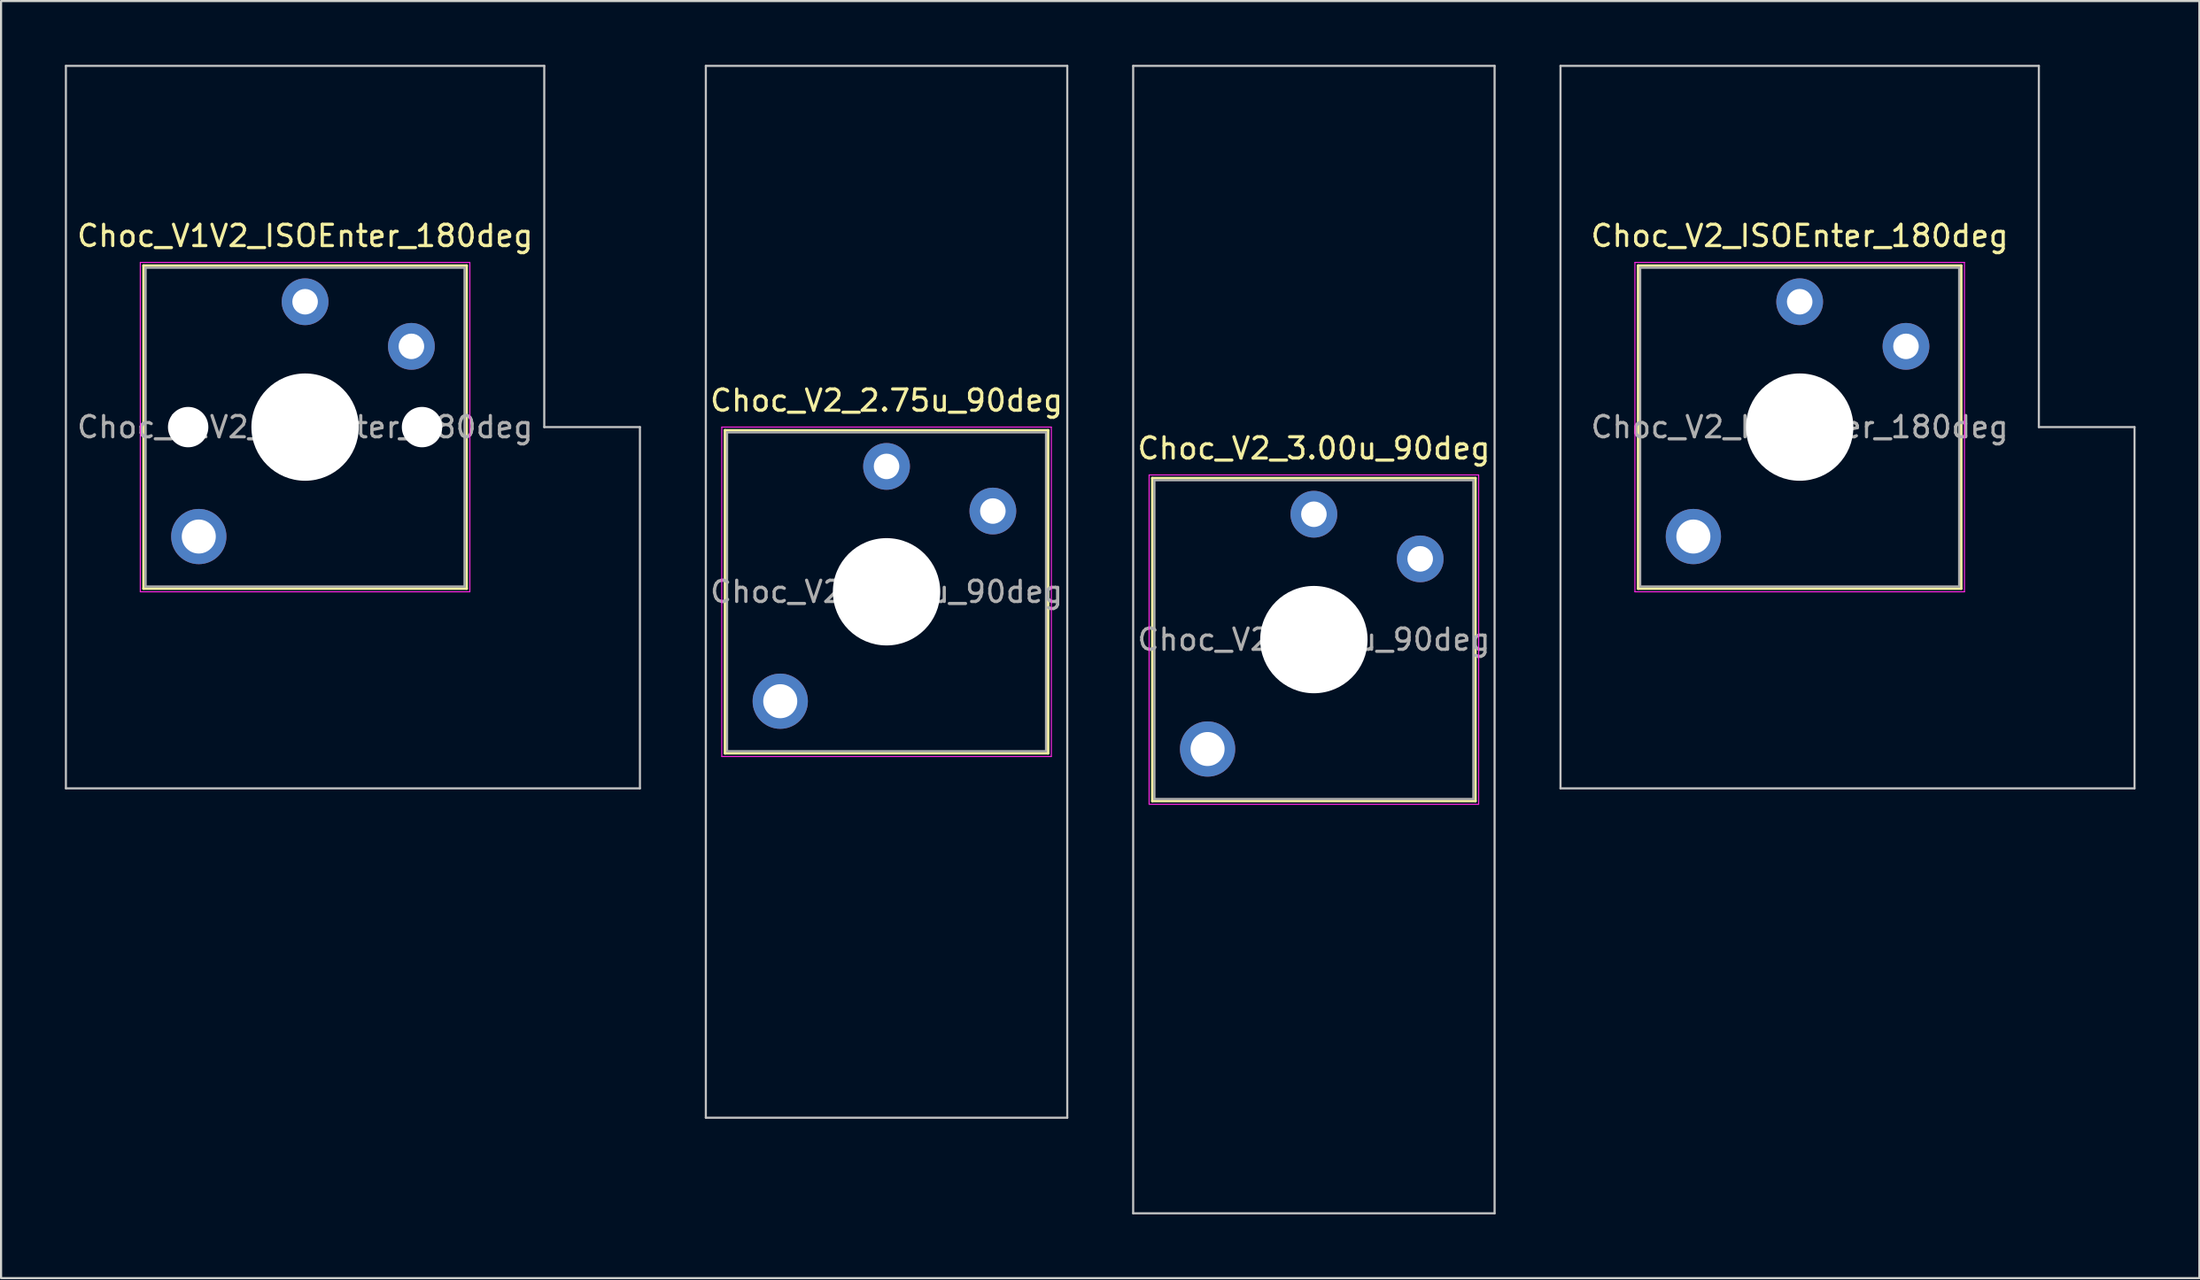
<source format=kicad_pcb>
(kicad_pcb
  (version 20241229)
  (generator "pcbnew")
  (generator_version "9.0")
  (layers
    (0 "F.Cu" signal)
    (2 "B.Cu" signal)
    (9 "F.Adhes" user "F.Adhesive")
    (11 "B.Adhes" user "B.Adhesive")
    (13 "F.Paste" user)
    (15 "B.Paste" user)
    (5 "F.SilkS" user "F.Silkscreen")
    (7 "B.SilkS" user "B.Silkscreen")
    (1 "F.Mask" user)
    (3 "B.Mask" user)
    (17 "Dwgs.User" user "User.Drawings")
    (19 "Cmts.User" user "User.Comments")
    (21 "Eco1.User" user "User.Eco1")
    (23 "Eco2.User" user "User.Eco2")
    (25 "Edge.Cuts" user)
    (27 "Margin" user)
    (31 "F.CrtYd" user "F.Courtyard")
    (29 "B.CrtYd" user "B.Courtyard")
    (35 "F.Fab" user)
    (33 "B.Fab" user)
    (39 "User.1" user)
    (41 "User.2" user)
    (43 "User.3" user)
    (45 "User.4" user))
  (footprint "Choc_V2_2.75u_90deg"
    (layer "F.Cu")
    (at 38.65 24.8)
    (property "Reference" "Choc_V2_2.75u_90deg" (at 0 -9 0) (layer "F.SilkS") (effects (font (size 1 1) (thickness 0.15))))
    (attr through_hole)
    (fp_line (start -7.6 -7.6) (end -7.6 7.6) (stroke (width 0.12) (type solid)) (layer "F.SilkS"))
    (fp_line (start -7.6 7.6) (end 7.6 7.6) (stroke (width 0.12) (type solid)) (layer "F.SilkS"))
    (fp_line (start 7.6 -7.6) (end -7.6 -7.6) (stroke (width 0.12) (type solid)) (layer "F.SilkS"))
    (fp_line (start 7.6 7.6) (end 7.6 -7.6) (stroke (width 0.12) (type solid)) (layer "F.SilkS"))
    (fp_line (start -8.5 -24.75) (end 8.5 -24.75) (stroke (width 0.1) (type solid)) (layer "Dwgs.User"))
    (fp_line (start -8.5 24.75) (end -8.5 -24.75) (stroke (width 0.1) (type solid)) (layer "Dwgs.User"))
    (fp_line (start 8.5 -24.75) (end 8.5 24.75) (stroke (width 0.1) (type solid)) (layer "Dwgs.User"))
    (fp_line (start 8.5 24.75) (end -8.5 24.75) (stroke (width 0.1) (type solid)) (layer "Dwgs.User"))
    (fp_line (start -7.25 -7.25) (end -7.25 7.25) (stroke (width 0.1) (type solid)) (layer "Eco1.User"))
    (fp_line (start -7.25 7.25) (end 7.25 7.25) (stroke (width 0.1) (type solid)) (layer "Eco1.User"))
    (fp_line (start 7.25 -7.25) (end -7.25 -7.25) (stroke (width 0.1) (type solid)) (layer "Eco1.User"))
    (fp_line (start 7.25 7.25) (end 7.25 -7.25) (stroke (width 0.1) (type solid)) (layer "Eco1.User"))
    (fp_line (start -7.75 -7.75) (end -7.75 7.75) (stroke (width 0.05) (type solid)) (layer "F.CrtYd"))
    (fp_line (start -7.75 7.75) (end 7.75 7.75) (stroke (width 0.05) (type solid)) (layer "F.CrtYd"))
    (fp_line (start 7.75 -7.75) (end -7.75 -7.75) (stroke (width 0.05) (type solid)) (layer "F.CrtYd"))
    (fp_line (start 7.75 7.75) (end 7.75 -7.75) (stroke (width 0.05) (type solid)) (layer "F.CrtYd"))
    (fp_line (start -7.5 -7.5) (end -7.5 7.5) (stroke (width 0.1) (type solid)) (layer "F.Fab"))
    (fp_line (start -7.5 7.5) (end 7.5 7.5) (stroke (width 0.1) (type solid)) (layer "F.Fab"))
    (fp_line (start 7.5 -7.5) (end -7.5 -7.5) (stroke (width 0.1) (type solid)) (layer "F.Fab"))
    (fp_line (start 7.5 7.5) (end 7.5 -7.5) (stroke (width 0.1) (type solid)) (layer "F.Fab"))
    (fp_text user "${REFERENCE}" (at 0 0 0) (layer "F.Fab") (effects (font (size 1 1) (thickness 0.15))))
    (pad "" thru_hole circle (at -5 5.15) (size 2.6 2.6) (drill 1.6) (layers "*.Cu" "*.Mask"))
    (pad "" np_thru_hole circle (at 0 0) (size 5.05 5.05) (drill 5.05) (layers "*.Cu" "*.Mask"))
    (pad "1" thru_hole circle (at 0 -5.9) (size 2.2 2.2) (drill 1.2) (layers "*.Cu" "*.Mask"))
    (pad "2" thru_hole circle (at 5 -3.8) (size 2.2 2.2) (drill 1.2) (layers "*.Cu" "*.Mask")))
  (footprint "Choc_V2_3.00u_90deg"
    (layer "F.Cu")
    (at 58.75 27.05)
    (property "Reference" "Choc_V2_3.00u_90deg" (at 0 -9 0) (layer "F.SilkS") (effects (font (size 1 1) (thickness 0.15))))
    (attr through_hole)
    (fp_line (start -7.6 -7.6) (end -7.6 7.6) (stroke (width 0.12) (type solid)) (layer "F.SilkS"))
    (fp_line (start -7.6 7.6) (end 7.6 7.6) (stroke (width 0.12) (type solid)) (layer "F.SilkS"))
    (fp_line (start 7.6 -7.6) (end -7.6 -7.6) (stroke (width 0.12) (type solid)) (layer "F.SilkS"))
    (fp_line (start 7.6 7.6) (end 7.6 -7.6) (stroke (width 0.12) (type solid)) (layer "F.SilkS"))
    (fp_line (start -8.5 -27) (end 8.5 -27) (stroke (width 0.1) (type solid)) (layer "Dwgs.User"))
    (fp_line (start -8.5 27) (end -8.5 -27) (stroke (width 0.1) (type solid)) (layer "Dwgs.User"))
    (fp_line (start 8.5 -27) (end 8.5 27) (stroke (width 0.1) (type solid)) (layer "Dwgs.User"))
    (fp_line (start 8.5 27) (end -8.5 27) (stroke (width 0.1) (type solid)) (layer "Dwgs.User"))
    (fp_line (start -7.25 -7.25) (end -7.25 7.25) (stroke (width 0.1) (type solid)) (layer "Eco1.User"))
    (fp_line (start -7.25 7.25) (end 7.25 7.25) (stroke (width 0.1) (type solid)) (layer "Eco1.User"))
    (fp_line (start 7.25 -7.25) (end -7.25 -7.25) (stroke (width 0.1) (type solid)) (layer "Eco1.User"))
    (fp_line (start 7.25 7.25) (end 7.25 -7.25) (stroke (width 0.1) (type solid)) (layer "Eco1.User"))
    (fp_line (start -7.75 -7.75) (end -7.75 7.75) (stroke (width 0.05) (type solid)) (layer "F.CrtYd"))
    (fp_line (start -7.75 7.75) (end 7.75 7.75) (stroke (width 0.05) (type solid)) (layer "F.CrtYd"))
    (fp_line (start 7.75 -7.75) (end -7.75 -7.75) (stroke (width 0.05) (type solid)) (layer "F.CrtYd"))
    (fp_line (start 7.75 7.75) (end 7.75 -7.75) (stroke (width 0.05) (type solid)) (layer "F.CrtYd"))
    (fp_line (start -7.5 -7.5) (end -7.5 7.5) (stroke (width 0.1) (type solid)) (layer "F.Fab"))
    (fp_line (start -7.5 7.5) (end 7.5 7.5) (stroke (width 0.1) (type solid)) (layer "F.Fab"))
    (fp_line (start 7.5 -7.5) (end -7.5 -7.5) (stroke (width 0.1) (type solid)) (layer "F.Fab"))
    (fp_line (start 7.5 7.5) (end 7.5 -7.5) (stroke (width 0.1) (type solid)) (layer "F.Fab"))
    (fp_text user "${REFERENCE}" (at 0 0 0) (layer "F.Fab") (effects (font (size 1 1) (thickness 0.15))))
    (pad "" thru_hole circle (at -5 5.15) (size 2.6 2.6) (drill 1.6) (layers "*.Cu" "*.Mask"))
    (pad "" np_thru_hole circle (at 0 0) (size 5.05 5.05) (drill 5.05) (layers "*.Cu" "*.Mask"))
    (pad "1" thru_hole circle (at 0 -5.9) (size 2.2 2.2) (drill 1.2) (layers "*.Cu" "*.Mask"))
    (pad "2" thru_hole circle (at 5 -3.8) (size 2.2 2.2) (drill 1.2) (layers "*.Cu" "*.Mask")))
  (footprint "Choc_V1V2_ISOEnter_180deg"
    (layer "F.Cu")
    (at 11.3 17.05)
    (property "Reference" "Choc_V1V2_ISOEnter_180deg" (at 0 -9 0) (layer "F.SilkS") (effects (font (size 1 1) (thickness 0.15))))
    (attr through_hole)
    (fp_line (start -7.6 -7.6) (end -7.6 7.6) (stroke (width 0.12) (type solid)) (layer "F.SilkS"))
    (fp_line (start -7.6 7.6) (end 7.6 7.6) (stroke (width 0.12) (type solid)) (layer "F.SilkS"))
    (fp_line (start 7.6 -7.6) (end -7.6 -7.6) (stroke (width 0.12) (type solid)) (layer "F.SilkS"))
    (fp_line (start 7.6 7.6) (end 7.6 -7.6) (stroke (width 0.12) (type solid)) (layer "F.SilkS"))
    (fp_line (start -11.25 -17) (end -11.25 17) (stroke (width 0.1) (type solid)) (layer "Dwgs.User"))
    (fp_line (start -11.25 17) (end 15.75 17) (stroke (width 0.1) (type solid)) (layer "Dwgs.User"))
    (fp_line (start 11.25 -17) (end -11.25 -17) (stroke (width 0.1) (type solid)) (layer "Dwgs.User"))
    (fp_line (start 11.25 0) (end 11.25 -17) (stroke (width 0.1) (type solid)) (layer "Dwgs.User"))
    (fp_line (start 15.75 0) (end 11.25 0) (stroke (width 0.1) (type solid)) (layer "Dwgs.User"))
    (fp_line (start 15.75 17) (end 15.75 0) (stroke (width 0.1) (type solid)) (layer "Dwgs.User"))
    (fp_line (start -7.25 -7.25) (end -7.25 7.25) (stroke (width 0.1) (type solid)) (layer "Eco1.User"))
    (fp_line (start -7.25 7.25) (end 7.25 7.25) (stroke (width 0.1) (type solid)) (layer "Eco1.User"))
    (fp_line (start 7.25 -7.25) (end -7.25 -7.25) (stroke (width 0.1) (type solid)) (layer "Eco1.User"))
    (fp_line (start 7.25 7.25) (end 7.25 -7.25) (stroke (width 0.1) (type solid)) (layer "Eco1.User"))
    (fp_line (start -7.75 -7.75) (end -7.75 7.75) (stroke (width 0.05) (type solid)) (layer "F.CrtYd"))
    (fp_line (start -7.75 7.75) (end 7.75 7.75) (stroke (width 0.05) (type solid)) (layer "F.CrtYd"))
    (fp_line (start 7.75 -7.75) (end -7.75 -7.75) (stroke (width 0.05) (type solid)) (layer "F.CrtYd"))
    (fp_line (start 7.75 7.75) (end 7.75 -7.75) (stroke (width 0.05) (type solid)) (layer "F.CrtYd"))
    (fp_line (start -7.5 -7.5) (end -7.5 7.5) (stroke (width 0.1) (type solid)) (layer "F.Fab"))
    (fp_line (start -7.5 7.5) (end 7.5 7.5) (stroke (width 0.1) (type solid)) (layer "F.Fab"))
    (fp_line (start 7.5 -7.5) (end -7.5 -7.5) (stroke (width 0.1) (type solid)) (layer "F.Fab"))
    (fp_line (start 7.5 7.5) (end 7.5 -7.5) (stroke (width 0.1) (type solid)) (layer "F.Fab"))
    (fp_text user "${REFERENCE}" (at 0 0 0) (layer "F.Fab") (effects (font (size 1 1) (thickness 0.15))))
    (pad "" np_thru_hole circle (at -5.5 0) (size 1.9 1.9) (drill 1.9) (layers "*.Cu" "*.Mask"))
    (pad "" thru_hole circle (at -5 5.15) (size 2.6 2.6) (drill 1.6) (layers "*.Cu" "*.Mask"))
    (pad "" np_thru_hole circle (at 0 0) (size 5.05 5.05) (drill 5.05) (layers "*.Cu" "*.Mask"))
    (pad "" np_thru_hole circle (at 5.5 0) (size 1.9 1.9) (drill 1.9) (layers "*.Cu" "*.Mask"))
    (pad "1" thru_hole circle (at 0 -5.9) (size 2.2 2.2) (drill 1.2) (layers "*.Cu" "*.Mask"))
    (pad "2" thru_hole circle (at 5 -3.8) (size 2.2 2.2) (drill 1.2) (layers "*.Cu" "*.Mask")))
  (footprint "Choc_V2_ISOEnter_180deg"
    (layer "F.Cu")
    (at 81.6 17.05)
    (property "Reference" "Choc_V2_ISOEnter_180deg" (at 0 -9 0) (layer "F.SilkS") (effects (font (size 1 1) (thickness 0.15))))
    (attr through_hole)
    (fp_line (start -7.6 -7.6) (end -7.6 7.6) (stroke (width 0.12) (type solid)) (layer "F.SilkS"))
    (fp_line (start -7.6 7.6) (end 7.6 7.6) (stroke (width 0.12) (type solid)) (layer "F.SilkS"))
    (fp_line (start 7.6 -7.6) (end -7.6 -7.6) (stroke (width 0.12) (type solid)) (layer "F.SilkS"))
    (fp_line (start 7.6 7.6) (end 7.6 -7.6) (stroke (width 0.12) (type solid)) (layer "F.SilkS"))
    (fp_line (start -11.25 -17) (end -11.25 17) (stroke (width 0.1) (type solid)) (layer "Dwgs.User"))
    (fp_line (start -11.25 17) (end 15.75 17) (stroke (width 0.1) (type solid)) (layer "Dwgs.User"))
    (fp_line (start 11.25 -17) (end -11.25 -17) (stroke (width 0.1) (type solid)) (layer "Dwgs.User"))
    (fp_line (start 11.25 0) (end 11.25 -17) (stroke (width 0.1) (type solid)) (layer "Dwgs.User"))
    (fp_line (start 15.75 0) (end 11.25 0) (stroke (width 0.1) (type solid)) (layer "Dwgs.User"))
    (fp_line (start 15.75 17) (end 15.75 0) (stroke (width 0.1) (type solid)) (layer "Dwgs.User"))
    (fp_line (start -7.25 -7.25) (end -7.25 7.25) (stroke (width 0.1) (type solid)) (layer "Eco1.User"))
    (fp_line (start -7.25 7.25) (end 7.25 7.25) (stroke (width 0.1) (type solid)) (layer "Eco1.User"))
    (fp_line (start 7.25 -7.25) (end -7.25 -7.25) (stroke (width 0.1) (type solid)) (layer "Eco1.User"))
    (fp_line (start 7.25 7.25) (end 7.25 -7.25) (stroke (width 0.1) (type solid)) (layer "Eco1.User"))
    (fp_line (start -7.75 -7.75) (end -7.75 7.75) (stroke (width 0.05) (type solid)) (layer "F.CrtYd"))
    (fp_line (start -7.75 7.75) (end 7.75 7.75) (stroke (width 0.05) (type solid)) (layer "F.CrtYd"))
    (fp_line (start 7.75 -7.75) (end -7.75 -7.75) (stroke (width 0.05) (type solid)) (layer "F.CrtYd"))
    (fp_line (start 7.75 7.75) (end 7.75 -7.75) (stroke (width 0.05) (type solid)) (layer "F.CrtYd"))
    (fp_line (start -7.5 -7.5) (end -7.5 7.5) (stroke (width 0.1) (type solid)) (layer "F.Fab"))
    (fp_line (start -7.5 7.5) (end 7.5 7.5) (stroke (width 0.1) (type solid)) (layer "F.Fab"))
    (fp_line (start 7.5 -7.5) (end -7.5 -7.5) (stroke (width 0.1) (type solid)) (layer "F.Fab"))
    (fp_line (start 7.5 7.5) (end 7.5 -7.5) (stroke (width 0.1) (type solid)) (layer "F.Fab"))
    (fp_text user "${REFERENCE}" (at 0 0 0) (layer "F.Fab") (effects (font (size 1 1) (thickness 0.15))))
    (pad "" thru_hole circle (at -5 5.15) (size 2.6 2.6) (drill 1.6) (layers "*.Cu" "*.Mask"))
    (pad "" np_thru_hole circle (at 0 0) (size 5.05 5.05) (drill 5.05) (layers "*.Cu" "*.Mask"))
    (pad "1" thru_hole circle (at 0 -5.9) (size 2.2 2.2) (drill 1.2) (layers "*.Cu" "*.Mask"))
    (pad "2" thru_hole circle (at 5 -3.8) (size 2.2 2.2) (drill 1.2) (layers "*.Cu" "*.Mask")))
  (gr_rect
    (start -3 -3)
    (end 100.4 57.1)
    (stroke (width 0.1) (type default))
    (fill no)
    (layer "Edge.Cuts")))
</source>
